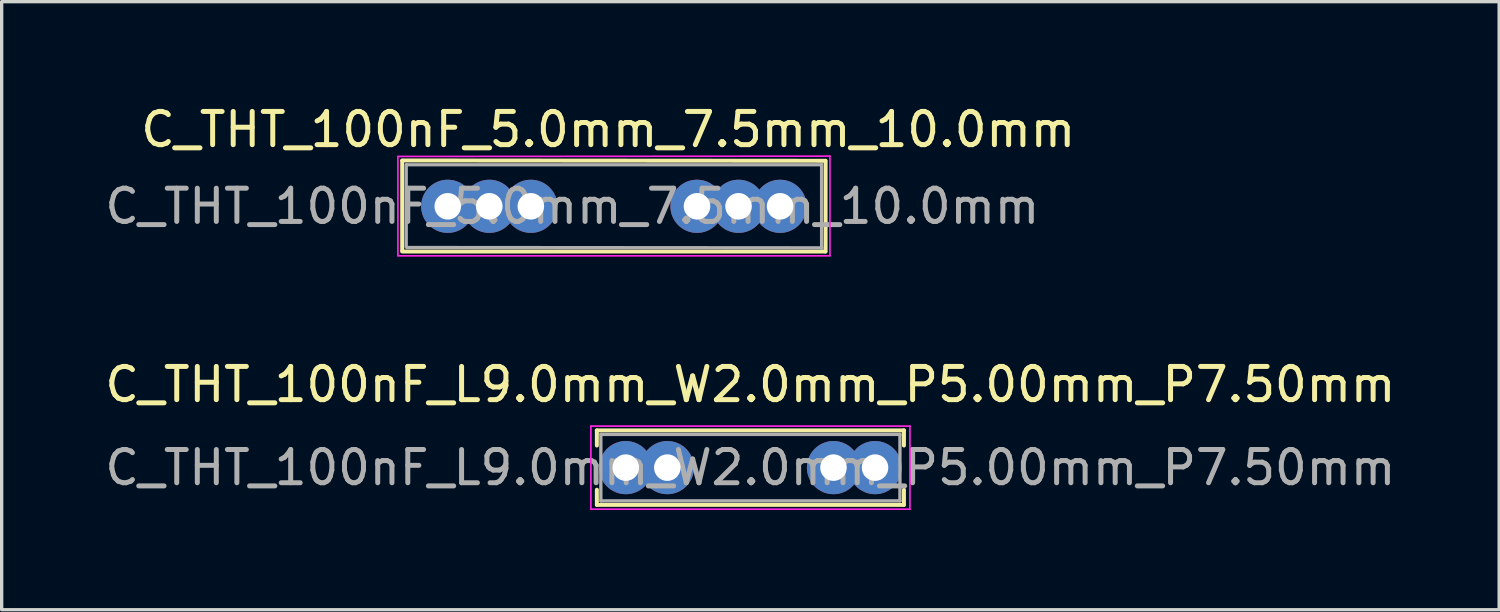
<source format=kicad_pcb>
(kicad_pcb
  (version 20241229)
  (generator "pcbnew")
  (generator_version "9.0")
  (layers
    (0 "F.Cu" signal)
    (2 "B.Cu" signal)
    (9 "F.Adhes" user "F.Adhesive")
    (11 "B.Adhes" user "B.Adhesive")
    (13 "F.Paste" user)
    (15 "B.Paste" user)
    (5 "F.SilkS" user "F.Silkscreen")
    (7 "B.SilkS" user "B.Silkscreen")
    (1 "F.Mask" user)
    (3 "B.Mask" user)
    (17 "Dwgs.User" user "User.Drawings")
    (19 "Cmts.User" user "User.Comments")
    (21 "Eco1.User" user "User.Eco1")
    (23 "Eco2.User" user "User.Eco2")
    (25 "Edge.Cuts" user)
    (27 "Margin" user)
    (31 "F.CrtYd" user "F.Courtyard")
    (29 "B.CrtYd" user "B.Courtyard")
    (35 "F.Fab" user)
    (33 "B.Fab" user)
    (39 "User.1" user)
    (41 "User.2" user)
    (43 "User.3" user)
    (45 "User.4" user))
  (footprint "C_THT_100nF_5.0mm_7.5mm_10.0mm"
    (layer "F.Cu")
    (at 10.423 3.158)
    (property "Reference" "C_THT_100nF_5.0mm_7.5mm_10.0mm" (at 4.83 -2.31 0) (layer "F.SilkS") (effects (font (size 1 1) (thickness 0.15))))
    (attr through_hole)
    (fp_line (start -1.37 -1.38) (end 11.36 -1.37) (stroke (width 0.12) (type solid)) (layer "F.SilkS"))
    (fp_line (start -1.37 -1.37) (end -1.37 1.34) (stroke (width 0.12) (type solid)) (layer "F.SilkS"))
    (fp_line (start -1.37 1.36) (end 11.36 1.36) (stroke (width 0.12) (type solid)) (layer "F.SilkS"))
    (fp_line (start 11.37 -1.37) (end 11.37 1.36) (stroke (width 0.12) (type solid)) (layer "F.SilkS"))
    (fp_line (start -1.5 -1.5) (end -1.5 1.48) (stroke (width 0.05) (type solid)) (layer "F.CrtYd"))
    (fp_line (start -1.5 1.49) (end 11.5 1.49) (stroke (width 0.05) (type solid)) (layer "F.CrtYd"))
    (fp_line (start 11.5 -1.51) (end -1.5 -1.5) (stroke (width 0.05) (type solid)) (layer "F.CrtYd"))
    (fp_line (start 11.5 1.48) (end 11.5 -1.51) (stroke (width 0.05) (type solid)) (layer "F.CrtYd"))
    (fp_line (start -1.25 -1.25) (end -1.25 1.22) (stroke (width 0.1) (type solid)) (layer "F.Fab"))
    (fp_line (start -1.23 1.24) (end 11.26 1.25) (stroke (width 0.1) (type solid)) (layer "F.Fab"))
    (fp_line (start 11.24 -1.25) (end -1.24 -1.25) (stroke (width 0.1) (type solid)) (layer "F.Fab"))
    (fp_line (start 11.25 1.26) (end 11.25 -1.26) (stroke (width 0.1) (type solid)) (layer "F.Fab"))
    (fp_text user "${REFERENCE}" (at 3.75 0 0) (layer "F.Fab") (effects (font (size 1 1) (thickness 0.15))))
    (pad "1" thru_hole circle (at 0 0) (size 1.6 1.6) (drill 0.8) (layers "*.Cu" "*.Mask"))
    (pad "1" thru_hole circle (at 1.25 0) (size 1.6 1.6) (drill 0.8) (layers "*.Cu" "*.Mask"))
    (pad "1" thru_hole circle (at 2.5 0) (size 1.6 1.6) (drill 0.8) (layers "*.Cu" "*.Mask"))
    (pad "2" thru_hole circle (at 7.5 0) (size 1.6 1.6) (drill 0.8) (layers "*.Cu" "*.Mask"))
    (pad "2" thru_hole circle (at 8.75 0) (size 1.6 1.6) (drill 0.8) (layers "*.Cu" "*.Mask"))
    (pad "2" thru_hole circle (at 10 0) (size 1.6 1.6) (drill 0.8) (layers "*.Cu" "*.Mask")))
  (footprint "C_THT_100nF_L9.0mm_W2.0mm_P5.00mm_P7.50mm"
    (layer "F.Cu")
    (at 15.78 11.021)
    (property "Reference" "C_THT_100nF_L9.0mm_W2.0mm_P5.00mm_P7.50mm" (at 3.75 -2.5 0) (layer "F.SilkS") (effects (font (size 1 1) (thickness 0.15))))
    (attr through_hole)
    (fp_line (start -0.87 -1.12) (end -0.87 -0.665) (stroke (width 0.12) (type solid)) (layer "F.SilkS"))
    (fp_line (start -0.87 -1.12) (end 8.37 -1.12) (stroke (width 0.12) (type solid)) (layer "F.SilkS"))
    (fp_line (start -0.87 0.665) (end -0.87 1.12) (stroke (width 0.12) (type solid)) (layer "F.SilkS"))
    (fp_line (start -0.87 1.12) (end 8.37 1.12) (stroke (width 0.12) (type solid)) (layer "F.SilkS"))
    (fp_line (start 8.37 -1.12) (end 8.37 -0.665) (stroke (width 0.12) (type solid)) (layer "F.SilkS"))
    (fp_line (start 8.37 0.665) (end 8.37 1.12) (stroke (width 0.12) (type solid)) (layer "F.SilkS"))
    (fp_line (start -1.05 -1.25) (end -1.05 1.25) (stroke (width 0.05) (type solid)) (layer "F.CrtYd"))
    (fp_line (start -1.05 1.25) (end 8.55 1.25) (stroke (width 0.05) (type solid)) (layer "F.CrtYd"))
    (fp_line (start 8.55 -1.25) (end -1.05 -1.25) (stroke (width 0.05) (type solid)) (layer "F.CrtYd"))
    (fp_line (start 8.55 1.25) (end 8.55 -1.25) (stroke (width 0.05) (type solid)) (layer "F.CrtYd"))
    (fp_line (start -0.75 -1) (end -0.75 1) (stroke (width 0.1) (type solid)) (layer "F.Fab"))
    (fp_line (start -0.75 1) (end 8.25 1) (stroke (width 0.1) (type solid)) (layer "F.Fab"))
    (fp_line (start 8.25 -1) (end -0.75 -1) (stroke (width 0.1) (type solid)) (layer "F.Fab"))
    (fp_line (start 8.25 1) (end 8.25 -1) (stroke (width 0.1) (type solid)) (layer "F.Fab"))
    (fp_text user "${REFERENCE}" (at 3.75 0 0) (layer "F.Fab") (effects (font (size 1 1) (thickness 0.15))))
    (pad "1" thru_hole circle (at 0 0) (size 1.6 1.6) (drill 0.8) (layers "*.Cu" "*.Mask"))
    (pad "1" thru_hole circle (at 1.25 0) (size 1.6 1.6) (drill 0.8) (layers "*.Cu" "*.Mask"))
    (pad "2" thru_hole circle (at 6.25 0) (size 1.6 1.6) (drill 0.8) (layers "*.Cu" "*.Mask"))
    (pad "2" thru_hole circle (at 7.5 0) (size 1.6 1.6) (drill 0.8) (layers "*.Cu" "*.Mask")))
  (gr_rect
    (start -3 -3)
    (end 42.06 15.296)
    (stroke (width 0.1) (type default))
    (fill no)
    (layer "Edge.Cuts")))
</source>
